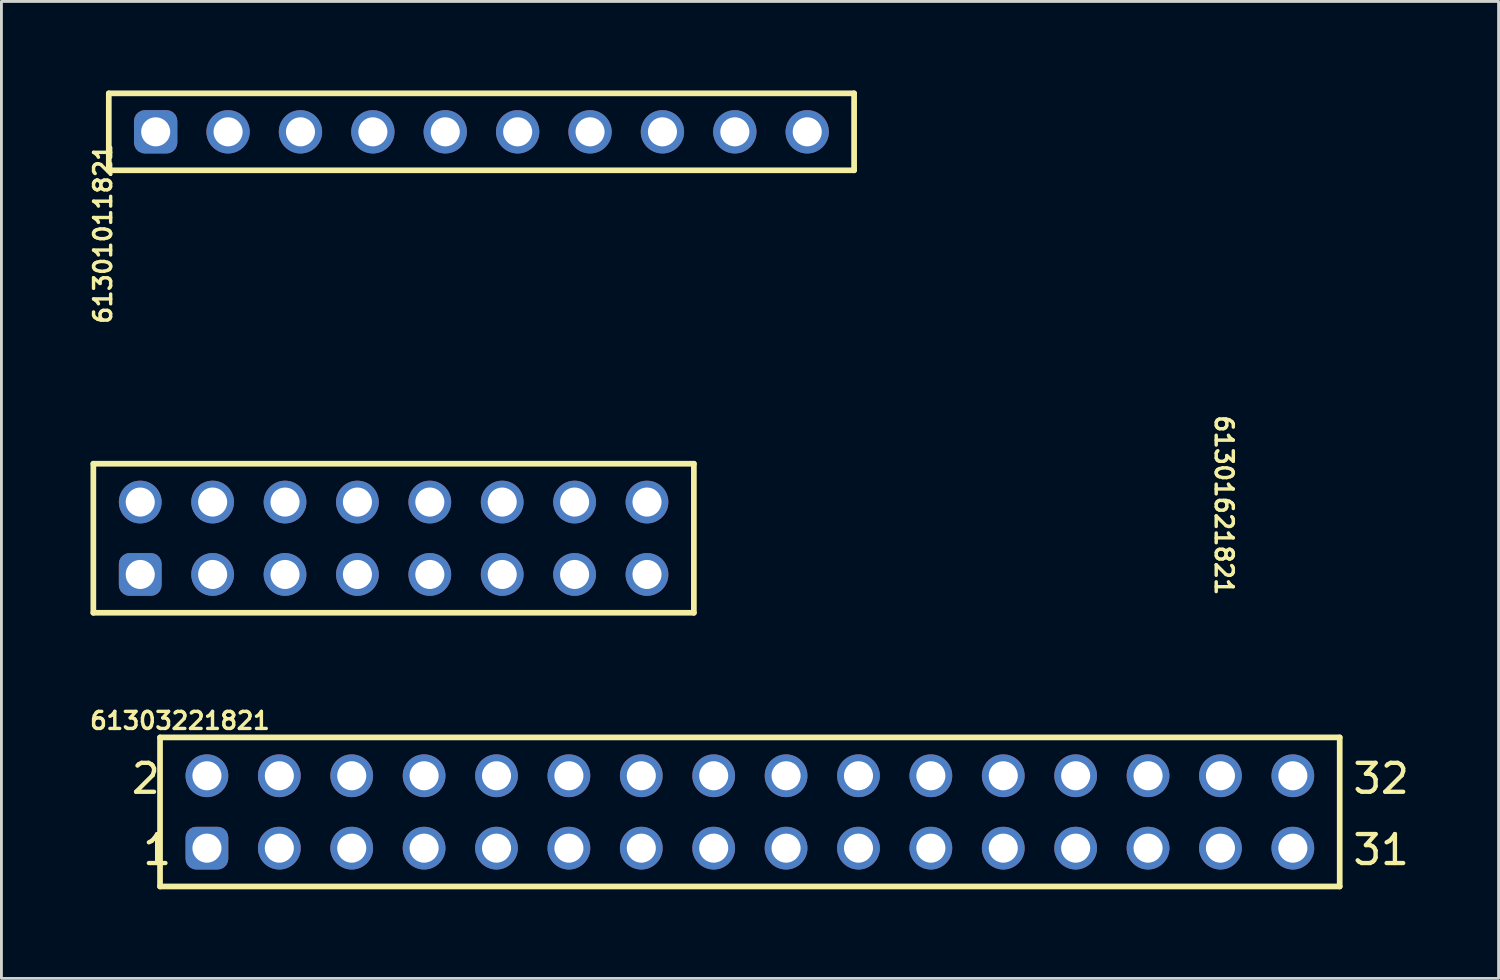
<source format=kicad_pcb>
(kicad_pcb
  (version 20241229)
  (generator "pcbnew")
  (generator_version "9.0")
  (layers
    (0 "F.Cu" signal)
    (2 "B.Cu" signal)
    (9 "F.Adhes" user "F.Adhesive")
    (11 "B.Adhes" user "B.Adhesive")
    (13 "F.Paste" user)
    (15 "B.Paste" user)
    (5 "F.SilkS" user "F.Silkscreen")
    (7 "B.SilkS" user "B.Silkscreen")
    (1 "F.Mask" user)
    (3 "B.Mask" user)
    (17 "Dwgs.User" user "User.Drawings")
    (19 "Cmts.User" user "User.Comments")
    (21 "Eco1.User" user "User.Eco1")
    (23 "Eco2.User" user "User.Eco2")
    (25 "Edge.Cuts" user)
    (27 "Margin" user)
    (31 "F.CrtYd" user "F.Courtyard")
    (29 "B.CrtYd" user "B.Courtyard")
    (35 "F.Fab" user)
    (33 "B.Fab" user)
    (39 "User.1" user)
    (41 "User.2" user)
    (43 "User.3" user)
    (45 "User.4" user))
  (footprint "61301621821"
    (layer "F.Cu")
    (at 10.76 15.835)
    (property "Reference" "61301621821" (at 29.133 -1.157 270) (unlocked yes) (layer "F.SilkS") (effects (font (size 0.6 0.6) (thickness 0.12))))
    (fp_line (start -10.535 -2.615) (end -10.535 2.615) (stroke (width 0.2) (type solid)) (layer "F.SilkS"))
    (fp_line (start 10.535 -2.615) (end -10.535 -2.615) (stroke (width 0.2) (type solid)) (layer "F.SilkS"))
    (fp_line (start 10.535 -2.615) (end 10.535 2.615) (stroke (width 0.2) (type solid)) (layer "F.SilkS"))
    (fp_line (start 10.535 2.615) (end -10.535 2.615) (stroke (width 0.2) (type solid)) (layer "F.SilkS"))
    (fp_line (start -10.735 -2.815) (end -10.735 2.815) (stroke (width 0.05) (type solid)) (layer "User.2"))
    (fp_line (start 0 -0.5) (end 0 0.5) (stroke (width 0.05) (type solid)) (layer "User.2"))
    (fp_line (start 0.5 0) (end -0.5 0) (stroke (width 0.05) (type solid)) (layer "User.2"))
    (fp_line (start 10.735 -2.815) (end -10.735 -2.815) (stroke (width 0.05) (type solid)) (layer "User.2"))
    (fp_line (start 10.735 -2.815) (end 10.735 2.815) (stroke (width 0.05) (type solid)) (layer "User.2"))
    (fp_line (start 10.735 2.815) (end -10.735 2.815) (stroke (width 0.05) (type solid)) (layer "User.2"))
    (fp_line (start -10.41 -2.54) (end -10.41 2.54) (stroke (width 0.1) (type solid)) (layer "User.4"))
    (fp_line (start 10.41 -2.54) (end -10.41 -2.54) (stroke (width 0.1) (type solid)) (layer "User.4"))
    (fp_line (start 10.41 -2.54) (end 10.41 2.54) (stroke (width 0.1) (type solid)) (layer "User.4"))
    (fp_line (start 10.41 2.54) (end -10.41 2.54) (stroke (width 0.1) (type solid)) (layer "User.4"))
    (fp_line (start -10.41 -2.54) (end -10.41 2.54) (stroke (width 0.1) (type solid)) (layer "User.9"))
    (fp_line (start 10.41 -2.54) (end -10.41 -2.54) (stroke (width 0.1) (type solid)) (layer "User.9"))
    (fp_line (start 10.41 -2.54) (end 10.41 2.54) (stroke (width 0.1) (type solid)) (layer "User.9"))
    (fp_line (start 10.41 2.54) (end -10.41 2.54) (stroke (width 0.1) (type solid)) (layer "User.9"))
    (fp_text user "${REFERENCE}" (at 0.15 0.053 0) (unlocked yes) (layer "User.9") (effects (font (size 1.5 1.5) (thickness 0.15))))
    (pad "1" thru_hole roundrect (at -8.89 1.27) (size 1.5 1.5) (drill 1.02) (layers "*.Cu" "*.Mask") (roundrect_rratio 0.25))
    (pad "2" thru_hole circle (at -8.89 -1.27) (size 1.5 1.5) (drill 1.02) (layers "*.Cu" "*.Mask"))
    (pad "3" thru_hole circle (at -6.35 1.27) (size 1.5 1.5) (drill 1.02) (layers "*.Cu" "*.Mask"))
    (pad "4" thru_hole circle (at -6.35 -1.27) (size 1.5 1.5) (drill 1.02) (layers "*.Cu" "*.Mask"))
    (pad "5" thru_hole circle (at -3.81 1.27) (size 1.5 1.5) (drill 1.02) (layers "*.Cu" "*.Mask"))
    (pad "6" thru_hole circle (at -3.81 -1.27) (size 1.5 1.5) (drill 1.02) (layers "*.Cu" "*.Mask"))
    (pad "7" thru_hole circle (at -1.27 1.27) (size 1.5 1.5) (drill 1.02) (layers "*.Cu" "*.Mask"))
    (pad "8" thru_hole circle (at -1.27 -1.27) (size 1.5 1.5) (drill 1.02) (layers "*.Cu" "*.Mask"))
    (pad "9" thru_hole circle (at 1.27 1.27) (size 1.5 1.5) (drill 1.02) (layers "*.Cu" "*.Mask"))
    (pad "10" thru_hole circle (at 1.27 -1.27) (size 1.5 1.5) (drill 1.02) (layers "*.Cu" "*.Mask"))
    (pad "11" thru_hole circle (at 3.81 1.27) (size 1.5 1.5) (drill 1.02) (layers "*.Cu" "*.Mask"))
    (pad "12" thru_hole circle (at 3.81 -1.27) (size 1.5 1.5) (drill 1.02) (layers "*.Cu" "*.Mask"))
    (pad "13" thru_hole circle (at 6.35 1.27) (size 1.5 1.5) (drill 1.02) (layers "*.Cu" "*.Mask"))
    (pad "14" thru_hole circle (at 6.35 -1.27) (size 1.5 1.5) (drill 1.02) (layers "*.Cu" "*.Mask"))
    (pad "15" thru_hole circle (at 8.89 1.27) (size 1.5 1.5) (drill 1.02) (layers "*.Cu" "*.Mask"))
    (pad "16" thru_hole circle (at 8.89 -1.27) (size 1.5 1.5) (drill 1.02) (layers "*.Cu" "*.Mask")))
  (footprint "61301011821"
    (layer "F.Cu")
    (at 13.842 1.575)
    (property "Reference" "61301011821" (at -13.281 3.577 90) (unlocked yes) (layer "F.SilkS") (effects (font (size 0.6 0.6) (thickness 0.12))))
    (fp_line (start -13.075 -1.35) (end 13.075 -1.35) (stroke (width 0.2) (type solid)) (layer "F.SilkS"))
    (fp_line (start -13.075 1.35) (end -13.075 -1.35) (stroke (width 0.2) (type solid)) (layer "F.SilkS"))
    (fp_line (start -13.075 1.35) (end 13.075 1.35) (stroke (width 0.2) (type solid)) (layer "F.SilkS"))
    (fp_line (start 13.075 1.35) (end 13.075 -1.35) (stroke (width 0.2) (type solid)) (layer "F.SilkS"))
    (fp_line (start -13.275 -1.55) (end 13.275 -1.55) (stroke (width 0.05) (type solid)) (layer "User.2"))
    (fp_line (start -13.275 1.55) (end -13.275 -1.55) (stroke (width 0.05) (type solid)) (layer "User.2"))
    (fp_line (start -13.275 1.55) (end 13.275 1.55) (stroke (width 0.05) (type solid)) (layer "User.2"))
    (fp_line (start -0.5 0) (end 0.5 0) (stroke (width 0.05) (type solid)) (layer "User.2"))
    (fp_line (start 0 0.5) (end 0 -0.5) (stroke (width 0.05) (type solid)) (layer "User.2"))
    (fp_line (start 13.275 1.55) (end 13.275 -1.55) (stroke (width 0.05) (type solid)) (layer "User.2"))
    (fp_line (start -12.95 -1.25) (end 12.95 -1.25) (stroke (width 0.1) (type solid)) (layer "User.4"))
    (fp_line (start -12.95 1.25) (end -12.95 -1.25) (stroke (width 0.1) (type solid)) (layer "User.4"))
    (fp_line (start -12.95 1.25) (end 12.95 1.25) (stroke (width 0.1) (type solid)) (layer "User.4"))
    (fp_line (start 12.95 1.25) (end 12.95 -1.25) (stroke (width 0.1) (type solid)) (layer "User.4"))
    (fp_line (start -12.95 -1.25) (end 12.95 -1.25) (stroke (width 0.1) (type solid)) (layer "User.9"))
    (fp_line (start -12.95 1.25) (end -12.95 -1.25) (stroke (width 0.1) (type solid)) (layer "User.9"))
    (fp_line (start -12.95 1.25) (end 12.95 1.25) (stroke (width 0.1) (type solid)) (layer "User.9"))
    (fp_line (start 12.95 1.25) (end 12.95 -1.25) (stroke (width 0.1) (type solid)) (layer "User.9"))
    (fp_text user "${REFERENCE}" (at 0.15 0.053 0) (unlocked yes) (layer "User.9") (effects (font (size 1.5 1.5) (thickness 0.15))))
    (pad "1" thru_hole roundrect (at -11.43 0) (size 1.52 1.52) (drill 1.02) (layers "*.Cu" "*.Mask") (roundrect_rratio 0.25))
    (pad "2" thru_hole circle (at -8.89 0) (size 1.52 1.52) (drill 1.02) (layers "*.Cu" "*.Mask"))
    (pad "3" thru_hole circle (at -6.35 0) (size 1.52 1.52) (drill 1.02) (layers "*.Cu" "*.Mask"))
    (pad "4" thru_hole circle (at -3.81 0) (size 1.52 1.52) (drill 1.02) (layers "*.Cu" "*.Mask"))
    (pad "5" thru_hole circle (at -1.27 0) (size 1.52 1.52) (drill 1.02) (layers "*.Cu" "*.Mask"))
    (pad "6" thru_hole circle (at 1.27 0) (size 1.52 1.52) (drill 1.02) (layers "*.Cu" "*.Mask"))
    (pad "7" thru_hole circle (at 3.81 0) (size 1.52 1.52) (drill 1.02) (layers "*.Cu" "*.Mask"))
    (pad "8" thru_hole circle (at 6.35 0) (size 1.52 1.52) (drill 1.02) (layers "*.Cu" "*.Mask"))
    (pad "9" thru_hole circle (at 8.89 0) (size 1.52 1.52) (drill 1.02) (layers "*.Cu" "*.Mask"))
    (pad "10" thru_hole circle (at 11.43 0) (size 1.52 1.52) (drill 1.02) (layers "*.Cu" "*.Mask")))
  (footprint "61303221821"
    (layer "F.Cu")
    (at 23.26 25.438)
    (property "Reference" "61303221821" (at -19.997 -3.201 0) (unlocked yes) (layer "F.SilkS") (effects (font (size 0.6 0.6) (thickness 0.12))))
    (fp_line (start -20.695 -2.615) (end -20.695 2.615) (stroke (width 0.2) (type solid)) (layer "F.SilkS"))
    (fp_line (start -20.695 -2.615) (end 20.695 -2.615) (stroke (width 0.2) (type solid)) (layer "F.SilkS"))
    (fp_line (start -20.695 2.615) (end 20.695 2.615) (stroke (width 0.2) (type solid)) (layer "F.SilkS"))
    (fp_line (start 20.695 -2.615) (end 20.695 2.615) (stroke (width 0.2) (type solid)) (layer "F.SilkS"))
    (fp_line (start -20.895 -2.815) (end -20.895 2.815) (stroke (width 0.05) (type solid)) (layer "User.2"))
    (fp_line (start -20.895 -2.815) (end 20.895 -2.815) (stroke (width 0.05) (type solid)) (layer "User.2"))
    (fp_line (start -20.895 2.815) (end 20.895 2.815) (stroke (width 0.05) (type solid)) (layer "User.2"))
    (fp_line (start -0.5 0) (end 0.5 0) (stroke (width 0.05) (type solid)) (layer "User.2"))
    (fp_line (start 0 -0.5) (end 0 0.5) (stroke (width 0.05) (type solid)) (layer "User.2"))
    (fp_line (start 20.895 -2.815) (end 20.895 2.815) (stroke (width 0.05) (type solid)) (layer "User.2"))
    (fp_line (start -20.57 -2.54) (end -20.57 2.54) (stroke (width 0.1) (type solid)) (layer "User.4"))
    (fp_line (start -20.57 -2.54) (end 20.57 -2.54) (stroke (width 0.1) (type solid)) (layer "User.4"))
    (fp_line (start -20.57 2.54) (end 20.57 2.54) (stroke (width 0.1) (type solid)) (layer "User.4"))
    (fp_line (start 20.57 -2.54) (end 20.57 2.54) (stroke (width 0.1) (type solid)) (layer "User.4"))
    (fp_line (start -20.57 -2.54) (end -20.57 2.54) (stroke (width 0.1) (type solid)) (layer "User.9"))
    (fp_line (start -20.57 -2.54) (end 20.57 -2.54) (stroke (width 0.1) (type solid)) (layer "User.9"))
    (fp_line (start -20.57 2.54) (end 20.57 2.54) (stroke (width 0.1) (type solid)) (layer "User.9"))
    (fp_line (start 20.57 -2.54) (end 20.57 2.54) (stroke (width 0.1) (type solid)) (layer "User.9"))
    (fp_text user "1" (at -21.38 1.924 0) (unlocked yes) (layer "F.SilkS") (effects (font (size 1.016 1.016) (thickness 0.152)) (justify left bottom)))
    (fp_text user "32" (at 21.08 -0.576 0) (unlocked yes) (layer "F.SilkS") (effects (font (size 1.016 1.016) (thickness 0.152)) (justify left bottom)))
    (fp_text user "2" (at -21.78 -0.576 0) (unlocked yes) (layer "F.SilkS") (effects (font (size 1.016 1.016) (thickness 0.152)) (justify left bottom)))
    (fp_text user "31" (at 21.08 1.924 0) (unlocked yes) (layer "F.SilkS") (effects (font (size 1.016 1.016) (thickness 0.152)) (justify left bottom)))
    (fp_text user "${REFERENCE}" (at 0.15 0.053 0) (unlocked yes) (layer "User.9") (effects (font (size 1.5 1.5) (thickness 0.15))))
    (pad "1" thru_hole roundrect (at -19.05 1.27) (size 1.5 1.5) (drill 1.02) (layers "*.Cu" "*.Mask") (roundrect_rratio 0.25))
    (pad "2" thru_hole circle (at -19.05 -1.27) (size 1.5 1.5) (drill 1.02) (layers "*.Cu" "*.Mask"))
    (pad "3" thru_hole circle (at -16.51 1.27) (size 1.5 1.5) (drill 1.02) (layers "*.Cu" "*.Mask"))
    (pad "4" thru_hole circle (at -16.51 -1.27) (size 1.5 1.5) (drill 1.02) (layers "*.Cu" "*.Mask"))
    (pad "5" thru_hole circle (at -13.97 1.27) (size 1.5 1.5) (drill 1.02) (layers "*.Cu" "*.Mask"))
    (pad "6" thru_hole circle (at -13.97 -1.27) (size 1.5 1.5) (drill 1.02) (layers "*.Cu" "*.Mask"))
    (pad "7" thru_hole circle (at -11.43 1.27) (size 1.5 1.5) (drill 1.02) (layers "*.Cu" "*.Mask"))
    (pad "8" thru_hole circle (at -11.43 -1.27) (size 1.5 1.5) (drill 1.02) (layers "*.Cu" "*.Mask"))
    (pad "9" thru_hole circle (at -8.89 1.27) (size 1.5 1.5) (drill 1.02) (layers "*.Cu" "*.Mask"))
    (pad "10" thru_hole circle (at -8.89 -1.27) (size 1.5 1.5) (drill 1.02) (layers "*.Cu" "*.Mask"))
    (pad "11" thru_hole circle (at -6.35 1.27) (size 1.5 1.5) (drill 1.02) (layers "*.Cu" "*.Mask"))
    (pad "12" thru_hole circle (at -6.35 -1.27) (size 1.5 1.5) (drill 1.02) (layers "*.Cu" "*.Mask"))
    (pad "13" thru_hole circle (at -3.81 1.27) (size 1.5 1.5) (drill 1.02) (layers "*.Cu" "*.Mask"))
    (pad "14" thru_hole circle (at -3.81 -1.27) (size 1.5 1.5) (drill 1.02) (layers "*.Cu" "*.Mask"))
    (pad "15" thru_hole circle (at -1.27 1.27) (size 1.5 1.5) (drill 1.02) (layers "*.Cu" "*.Mask"))
    (pad "16" thru_hole circle (at -1.27 -1.27) (size 1.5 1.5) (drill 1.02) (layers "*.Cu" "*.Mask"))
    (pad "17" thru_hole circle (at 1.27 1.27) (size 1.5 1.5) (drill 1.02) (layers "*.Cu" "*.Mask"))
    (pad "18" thru_hole circle (at 1.27 -1.27) (size 1.5 1.5) (drill 1.02) (layers "*.Cu" "*.Mask"))
    (pad "19" thru_hole circle (at 3.81 1.27) (size 1.5 1.5) (drill 1.02) (layers "*.Cu" "*.Mask"))
    (pad "20" thru_hole circle (at 3.81 -1.27) (size 1.5 1.5) (drill 1.02) (layers "*.Cu" "*.Mask"))
    (pad "21" thru_hole circle (at 6.35 1.27) (size 1.5 1.5) (drill 1.02) (layers "*.Cu" "*.Mask"))
    (pad "22" thru_hole circle (at 6.35 -1.27) (size 1.5 1.5) (drill 1.02) (layers "*.Cu" "*.Mask"))
    (pad "23" thru_hole circle (at 8.89 1.27) (size 1.5 1.5) (drill 1.02) (layers "*.Cu" "*.Mask"))
    (pad "24" thru_hole circle (at 8.89 -1.27) (size 1.5 1.5) (drill 1.02) (layers "*.Cu" "*.Mask"))
    (pad "25" thru_hole circle (at 11.43 1.27) (size 1.5 1.5) (drill 1.02) (layers "*.Cu" "*.Mask"))
    (pad "26" thru_hole circle (at 11.43 -1.27) (size 1.5 1.5) (drill 1.02) (layers "*.Cu" "*.Mask"))
    (pad "27" thru_hole circle (at 13.97 1.27) (size 1.5 1.5) (drill 1.02) (layers "*.Cu" "*.Mask"))
    (pad "28" thru_hole circle (at 13.97 -1.27) (size 1.5 1.5) (drill 1.02) (layers "*.Cu" "*.Mask"))
    (pad "29" thru_hole circle (at 16.51 1.27) (size 1.5 1.5) (drill 1.02) (layers "*.Cu" "*.Mask"))
    (pad "30" thru_hole circle (at 16.51 -1.27) (size 1.5 1.5) (drill 1.02) (layers "*.Cu" "*.Mask"))
    (pad "31" thru_hole circle (at 19.05 1.27) (size 1.5 1.5) (drill 1.02) (layers "*.Cu" "*.Mask"))
    (pad "32" thru_hole circle (at 19.05 -1.27) (size 1.5 1.5) (drill 1.02) (layers "*.Cu" "*.Mask")))
  (gr_rect
    (start -3 -3)
    (end 49.529 31.278)
    (stroke (width 0.1) (type default))
    (fill no)
    (layer "Edge.Cuts")))
</source>
